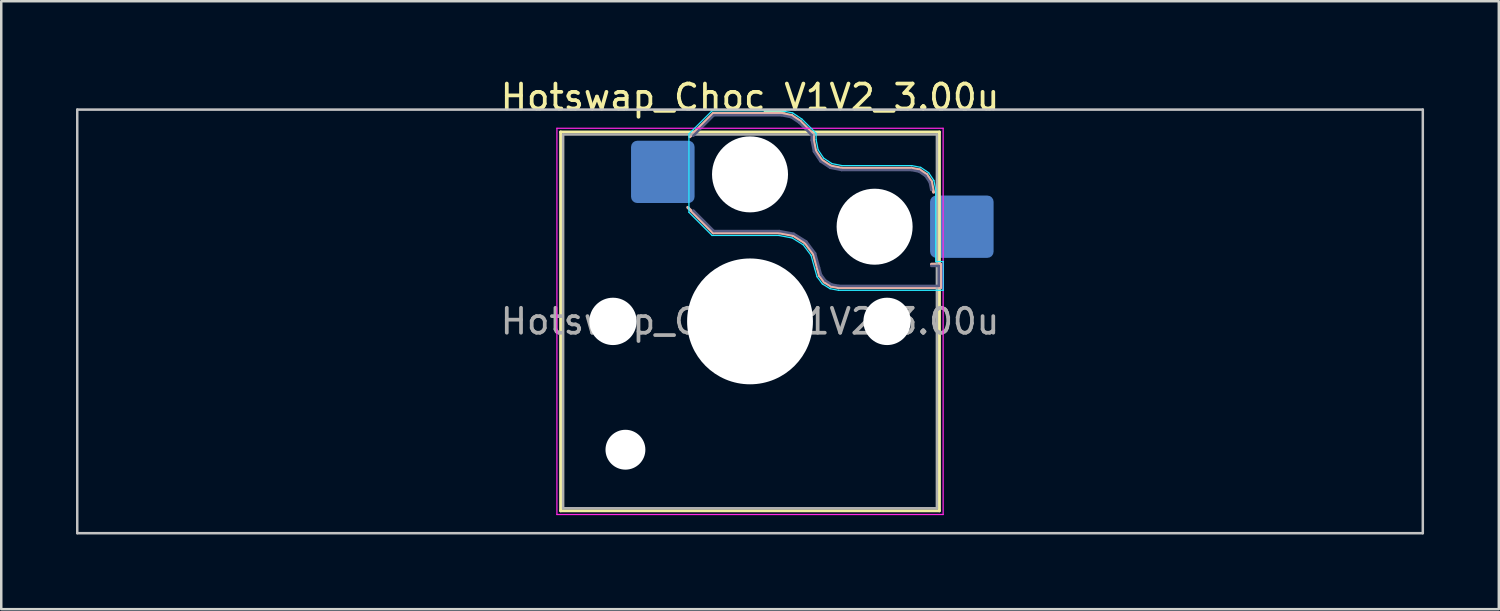
<source format=kicad_pcb>
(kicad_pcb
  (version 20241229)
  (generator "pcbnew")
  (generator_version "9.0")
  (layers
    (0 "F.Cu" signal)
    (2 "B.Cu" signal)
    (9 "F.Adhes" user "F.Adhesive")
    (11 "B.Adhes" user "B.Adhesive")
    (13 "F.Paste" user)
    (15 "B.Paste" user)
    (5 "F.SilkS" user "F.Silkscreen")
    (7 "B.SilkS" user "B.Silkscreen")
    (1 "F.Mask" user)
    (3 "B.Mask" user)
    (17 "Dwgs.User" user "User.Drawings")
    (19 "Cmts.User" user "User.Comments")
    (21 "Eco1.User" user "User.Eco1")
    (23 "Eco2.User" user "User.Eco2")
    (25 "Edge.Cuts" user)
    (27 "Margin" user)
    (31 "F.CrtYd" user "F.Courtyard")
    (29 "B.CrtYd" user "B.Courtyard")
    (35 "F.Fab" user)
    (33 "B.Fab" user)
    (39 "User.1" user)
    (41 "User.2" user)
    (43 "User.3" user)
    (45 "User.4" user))
  (footprint "Hotswap_Choc_V1V2_3.00u"
    (layer "F.Cu")
    (at 27.05 9.848)
    (property "Reference" "Hotswap_Choc_V1V2_3.00u" (at 0 -9 0) (layer "F.SilkS") (effects (font (size 1 1) (thickness 0.15))))
    (attr smd)
    (fp_line (start -7.6 -7.6) (end -7.6 7.6) (stroke (width 0.12) (type solid)) (layer "F.SilkS"))
    (fp_line (start -7.6 7.6) (end 7.6 7.6) (stroke (width 0.12) (type solid)) (layer "F.SilkS"))
    (fp_line (start 7.6 -7.6) (end -7.6 -7.6) (stroke (width 0.12) (type solid)) (layer "F.SilkS"))
    (fp_line (start 7.6 7.6) (end 7.6 -7.6) (stroke (width 0.12) (type solid)) (layer "F.SilkS"))
    (fp_line (start -2.416 -7.409) (end -1.479 -8.346) (stroke (width 0.12) (type solid)) (layer "B.SilkS"))
    (fp_line (start -1.479 -8.346) (end 1.268 -8.346) (stroke (width 0.12) (type solid)) (layer "B.SilkS"))
    (fp_line (start -1.479 -3.554) (end -2.5 -4.575) (stroke (width 0.12) (type solid)) (layer "B.SilkS"))
    (fp_line (start 1.168 -3.554) (end -1.479 -3.554) (stroke (width 0.12) (type solid)) (layer "B.SilkS"))
    (fp_line (start 1.268 -8.346) (end 1.671 -8.266) (stroke (width 0.12) (type solid)) (layer "B.SilkS"))
    (fp_line (start 1.671 -8.266) (end 2.013 -8.037) (stroke (width 0.12) (type solid)) (layer "B.SilkS"))
    (fp_line (start 1.73 -3.449) (end 1.168 -3.554) (stroke (width 0.12) (type solid)) (layer "B.SilkS"))
    (fp_line (start 2.013 -8.037) (end 2.546 -7.504) (stroke (width 0.12) (type solid)) (layer "B.SilkS"))
    (fp_line (start 2.209 -3.15) (end 1.73 -3.449) (stroke (width 0.12) (type solid)) (layer "B.SilkS"))
    (fp_line (start 2.546 -7.504) (end 2.546 -7.282) (stroke (width 0.12) (type solid)) (layer "B.SilkS"))
    (fp_line (start 2.546 -7.282) (end 2.633 -6.844) (stroke (width 0.12) (type solid)) (layer "B.SilkS"))
    (fp_line (start 2.547 -2.697) (end 2.209 -3.15) (stroke (width 0.12) (type solid)) (layer "B.SilkS"))
    (fp_line (start 2.633 -6.844) (end 2.877 -6.477) (stroke (width 0.12) (type solid)) (layer "B.SilkS"))
    (fp_line (start 2.701 -2.139) (end 2.547 -2.697) (stroke (width 0.12) (type solid)) (layer "B.SilkS"))
    (fp_line (start 2.783 -1.841) (end 2.701 -2.139) (stroke (width 0.12) (type solid)) (layer "B.SilkS"))
    (fp_line (start 2.877 -6.477) (end 3.244 -6.233) (stroke (width 0.12) (type solid)) (layer "B.SilkS"))
    (fp_line (start 2.976 -1.583) (end 2.783 -1.841) (stroke (width 0.12) (type solid)) (layer "B.SilkS"))
    (fp_line (start 3.244 -6.233) (end 3.682 -6.146) (stroke (width 0.12) (type solid)) (layer "B.SilkS"))
    (fp_line (start 3.25 -1.413) (end 2.976 -1.583) (stroke (width 0.12) (type solid)) (layer "B.SilkS"))
    (fp_line (start 3.56 -1.354) (end 3.25 -1.413) (stroke (width 0.12) (type solid)) (layer "B.SilkS"))
    (fp_line (start 3.682 -6.146) (end 6.482 -6.146) (stroke (width 0.12) (type solid)) (layer "B.SilkS"))
    (fp_line (start 6.482 -6.146) (end 6.809 -6.081) (stroke (width 0.12) (type solid)) (layer "B.SilkS"))
    (fp_line (start 6.809 -6.081) (end 7.092 -5.892) (stroke (width 0.12) (type solid)) (layer "B.SilkS"))
    (fp_line (start 7.092 -5.892) (end 7.281 -5.609) (stroke (width 0.12) (type solid)) (layer "B.SilkS"))
    (fp_line (start 7.281 -5.609) (end 7.366 -5.182) (stroke (width 0.12) (type solid)) (layer "B.SilkS"))
    (fp_line (start 7.283 -2.296) (end 7.646 -2.296) (stroke (width 0.12) (type solid)) (layer "B.SilkS"))
    (fp_line (start 7.646 -2.296) (end 7.646 -1.354) (stroke (width 0.12) (type solid)) (layer "B.SilkS"))
    (fp_line (start 7.646 -1.354) (end 3.56 -1.354) (stroke (width 0.12) (type solid)) (layer "B.SilkS"))
    (fp_line (start -27 -8.5) (end -27 8.5) (stroke (width 0.1) (type solid)) (layer "Dwgs.User"))
    (fp_line (start -27 8.5) (end 27 8.5) (stroke (width 0.1) (type solid)) (layer "Dwgs.User"))
    (fp_line (start 27 -8.5) (end -27 -8.5) (stroke (width 0.1) (type solid)) (layer "Dwgs.User"))
    (fp_line (start 27 8.5) (end 27 -8.5) (stroke (width 0.1) (type solid)) (layer "Dwgs.User"))
    (fp_line (start -7.25 -7.25) (end -7.25 7.25) (stroke (width 0.1) (type solid)) (layer "Eco1.User"))
    (fp_line (start -7.25 7.25) (end 7.25 7.25) (stroke (width 0.1) (type solid)) (layer "Eco1.User"))
    (fp_line (start 7.25 -7.25) (end -7.25 -7.25) (stroke (width 0.1) (type solid)) (layer "Eco1.User"))
    (fp_line (start 7.25 7.25) (end 7.25 -7.25) (stroke (width 0.1) (type solid)) (layer "Eco1.User"))
    (fp_line (start -2.452 -7.523) (end -1.523 -8.452) (stroke (width 0.05) (type solid)) (layer "B.CrtYd"))
    (fp_line (start -2.452 -4.377) (end -2.452 -7.523) (stroke (width 0.05) (type solid)) (layer "B.CrtYd"))
    (fp_line (start -1.523 -8.452) (end 1.278 -8.452) (stroke (width 0.05) (type solid)) (layer "B.CrtYd"))
    (fp_line (start -1.523 -3.448) (end -2.452 -4.377) (stroke (width 0.05) (type solid)) (layer "B.CrtYd"))
    (fp_line (start 1.159 -3.448) (end -1.523 -3.448) (stroke (width 0.05) (type solid)) (layer "B.CrtYd"))
    (fp_line (start 1.278 -8.452) (end 1.712 -8.366) (stroke (width 0.05) (type solid)) (layer "B.CrtYd"))
    (fp_line (start 1.691 -3.348) (end 1.159 -3.448) (stroke (width 0.05) (type solid)) (layer "B.CrtYd"))
    (fp_line (start 1.712 -8.366) (end 2.081 -8.119) (stroke (width 0.05) (type solid)) (layer "B.CrtYd"))
    (fp_line (start 2.081 -8.119) (end 2.652 -7.548) (stroke (width 0.05) (type solid)) (layer "B.CrtYd"))
    (fp_line (start 2.136 -3.071) (end 1.691 -3.348) (stroke (width 0.05) (type solid)) (layer "B.CrtYd"))
    (fp_line (start 2.45 -2.65) (end 2.136 -3.071) (stroke (width 0.05) (type solid)) (layer "B.CrtYd"))
    (fp_line (start 2.599 -2.111) (end 2.45 -2.65) (stroke (width 0.05) (type solid)) (layer "B.CrtYd"))
    (fp_line (start 2.652 -7.548) (end 2.652 -7.292) (stroke (width 0.05) (type solid)) (layer "B.CrtYd"))
    (fp_line (start 2.652 -7.292) (end 2.733 -6.885) (stroke (width 0.05) (type solid)) (layer "B.CrtYd"))
    (fp_line (start 2.687 -1.794) (end 2.599 -2.111) (stroke (width 0.05) (type solid)) (layer "B.CrtYd"))
    (fp_line (start 2.733 -6.885) (end 2.953 -6.553) (stroke (width 0.05) (type solid)) (layer "B.CrtYd"))
    (fp_line (start 2.903 -1.503) (end 2.687 -1.794) (stroke (width 0.05) (type solid)) (layer "B.CrtYd"))
    (fp_line (start 2.953 -6.553) (end 3.285 -6.333) (stroke (width 0.05) (type solid)) (layer "B.CrtYd"))
    (fp_line (start 3.211 -1.312) (end 2.903 -1.503) (stroke (width 0.05) (type solid)) (layer "B.CrtYd"))
    (fp_line (start 3.285 -6.333) (end 3.692 -6.252) (stroke (width 0.05) (type solid)) (layer "B.CrtYd"))
    (fp_line (start 3.55 -1.248) (end 3.211 -1.312) (stroke (width 0.05) (type solid)) (layer "B.CrtYd"))
    (fp_line (start 3.692 -6.252) (end 6.492 -6.252) (stroke (width 0.05) (type solid)) (layer "B.CrtYd"))
    (fp_line (start 6.492 -6.252) (end 6.85 -6.181) (stroke (width 0.05) (type solid)) (layer "B.CrtYd"))
    (fp_line (start 6.85 -6.181) (end 7.168 -5.968) (stroke (width 0.05) (type solid)) (layer "B.CrtYd"))
    (fp_line (start 7.168 -5.968) (end 7.381 -5.65) (stroke (width 0.05) (type solid)) (layer "B.CrtYd"))
    (fp_line (start 7.381 -5.65) (end 7.452 -5.292) (stroke (width 0.05) (type solid)) (layer "B.CrtYd"))
    (fp_line (start 7.452 -5.292) (end 7.452 -2.402) (stroke (width 0.05) (type solid)) (layer "B.CrtYd"))
    (fp_line (start 7.452 -2.402) (end 7.752 -2.402) (stroke (width 0.05) (type solid)) (layer "B.CrtYd"))
    (fp_line (start 7.752 -2.402) (end 7.752 -1.248) (stroke (width 0.05) (type solid)) (layer "B.CrtYd"))
    (fp_line (start 7.752 -1.248) (end 3.55 -1.248) (stroke (width 0.05) (type solid)) (layer "B.CrtYd"))
    (fp_line (start -7.75 -7.75) (end -7.75 7.75) (stroke (width 0.05) (type solid)) (layer "F.CrtYd"))
    (fp_line (start -7.75 7.75) (end 7.75 7.75) (stroke (width 0.05) (type solid)) (layer "F.CrtYd"))
    (fp_line (start 7.75 -7.75) (end -7.75 -7.75) (stroke (width 0.05) (type solid)) (layer "F.CrtYd"))
    (fp_line (start 7.75 7.75) (end 7.75 -7.75) (stroke (width 0.05) (type solid)) (layer "F.CrtYd"))
    (fp_line (start -2.275 -7.45) (end -1.45 -8.275) (stroke (width 0.1) (type solid)) (layer "B.Fab"))
    (fp_line (start -1.45 -8.275) (end 1.261 -8.275) (stroke (width 0.1) (type solid)) (layer "B.Fab"))
    (fp_line (start -1.45 -3.625) (end -2.275 -4.45) (stroke (width 0.1) (type solid)) (layer "B.Fab"))
    (fp_line (start 1.175 -3.625) (end -1.45 -3.625) (stroke (width 0.1) (type solid)) (layer "B.Fab"))
    (fp_line (start 1.261 -8.275) (end 1.643 -8.199) (stroke (width 0.1) (type solid)) (layer "B.Fab"))
    (fp_line (start 1.643 -8.199) (end 1.968 -7.982) (stroke (width 0.1) (type solid)) (layer "B.Fab"))
    (fp_line (start 1.756 -3.516) (end 1.175 -3.625) (stroke (width 0.1) (type solid)) (layer "B.Fab"))
    (fp_line (start 1.968 -7.982) (end 2.475 -7.475) (stroke (width 0.1) (type solid)) (layer "B.Fab"))
    (fp_line (start 2.258 -3.203) (end 1.756 -3.516) (stroke (width 0.1) (type solid)) (layer "B.Fab"))
    (fp_line (start 2.475 -7.475) (end 2.475 -7.275) (stroke (width 0.1) (type solid)) (layer "B.Fab"))
    (fp_line (start 2.475 -7.275) (end 2.566 -6.816) (stroke (width 0.1) (type solid)) (layer "B.Fab"))
    (fp_line (start 2.566 -6.816) (end 2.826 -6.426) (stroke (width 0.1) (type solid)) (layer "B.Fab"))
    (fp_line (start 2.612 -2.729) (end 2.258 -3.203) (stroke (width 0.1) (type solid)) (layer "B.Fab"))
    (fp_line (start 2.769 -2.158) (end 2.612 -2.729) (stroke (width 0.1) (type solid)) (layer "B.Fab"))
    (fp_line (start 2.826 -6.426) (end 3.216 -6.166) (stroke (width 0.1) (type solid)) (layer "B.Fab"))
    (fp_line (start 2.848 -1.873) (end 2.769 -2.158) (stroke (width 0.1) (type solid)) (layer "B.Fab"))
    (fp_line (start 3.025 -1.636) (end 2.848 -1.873) (stroke (width 0.1) (type solid)) (layer "B.Fab"))
    (fp_line (start 3.216 -6.166) (end 3.675 -6.075) (stroke (width 0.1) (type solid)) (layer "B.Fab"))
    (fp_line (start 3.276 -1.48) (end 3.025 -1.636) (stroke (width 0.1) (type solid)) (layer "B.Fab"))
    (fp_line (start 3.567 -1.425) (end 3.276 -1.48) (stroke (width 0.1) (type solid)) (layer "B.Fab"))
    (fp_line (start 3.675 -6.075) (end 6.475 -6.075) (stroke (width 0.1) (type solid)) (layer "B.Fab"))
    (fp_line (start 6.475 -6.075) (end 6.781 -6.014) (stroke (width 0.1) (type solid)) (layer "B.Fab"))
    (fp_line (start 6.781 -6.014) (end 7.041 -5.841) (stroke (width 0.1) (type solid)) (layer "B.Fab"))
    (fp_line (start 7.041 -5.841) (end 7.214 -5.581) (stroke (width 0.1) (type solid)) (layer "B.Fab"))
    (fp_line (start 7.214 -5.581) (end 7.275 -5.275) (stroke (width 0.1) (type solid)) (layer "B.Fab"))
    (fp_line (start 7.275 -2.225) (end 7.575 -2.225) (stroke (width 0.1) (type solid)) (layer "B.Fab"))
    (fp_line (start 7.575 -2.225) (end 7.575 -1.425) (stroke (width 0.1) (type solid)) (layer "B.Fab"))
    (fp_line (start 7.575 -1.425) (end 3.567 -1.425) (stroke (width 0.1) (type solid)) (layer "B.Fab"))
    (fp_line (start -7.5 -7.5) (end -7.5 7.5) (stroke (width 0.1) (type solid)) (layer "F.Fab"))
    (fp_line (start -7.5 7.5) (end 7.5 7.5) (stroke (width 0.1) (type solid)) (layer "F.Fab"))
    (fp_line (start 7.5 -7.5) (end -7.5 -7.5) (stroke (width 0.1) (type solid)) (layer "F.Fab"))
    (fp_line (start 7.5 7.5) (end 7.5 -7.5) (stroke (width 0.1) (type solid)) (layer "F.Fab"))
    (fp_text user "${REFERENCE}" (at 0 0 0) (layer "F.Fab") (effects (font (size 1 1) (thickness 0.15))))
    (pad "" np_thru_hole circle (at -5.5 0) (size 1.9 1.9) (drill 1.9) (layers "*.Cu" "*.Mask"))
    (pad "" np_thru_hole circle (at -5 5.15) (size 1.6 1.6) (drill 1.6) (layers "*.Cu" "*.Mask"))
    (pad "" np_thru_hole circle (at 0 -5.9) (size 3.05 3.05) (drill 3.05) (layers "*.Cu" "*.Mask"))
    (pad "" np_thru_hole circle (at 0 0) (size 5.05 5.05) (drill 5.05) (layers "*.Cu" "*.Mask"))
    (pad "" np_thru_hole circle (at 5 -3.8) (size 3.05 3.05) (drill 3.05) (layers "*.Cu" "*.Mask"))
    (pad "" np_thru_hole circle (at 5.5 0) (size 1.9 1.9) (drill 1.9) (layers "*.Cu" "*.Mask"))
    (pad "1" smd roundrect (at -3.5 -6) (size 2.55 2.5) (layers "B.Cu" "B.Mask" "B.Paste") (roundrect_rratio 0.1))
    (pad "2" smd roundrect (at 8.5 -3.8) (size 2.55 2.5) (layers "B.Cu" "B.Mask" "B.Paste") (roundrect_rratio 0.1)))
  (gr_rect
    (start -3 -3)
    (end 57.1 21.398)
    (stroke (width 0.1) (type default))
    (fill no)
    (layer "Edge.Cuts")))
</source>
